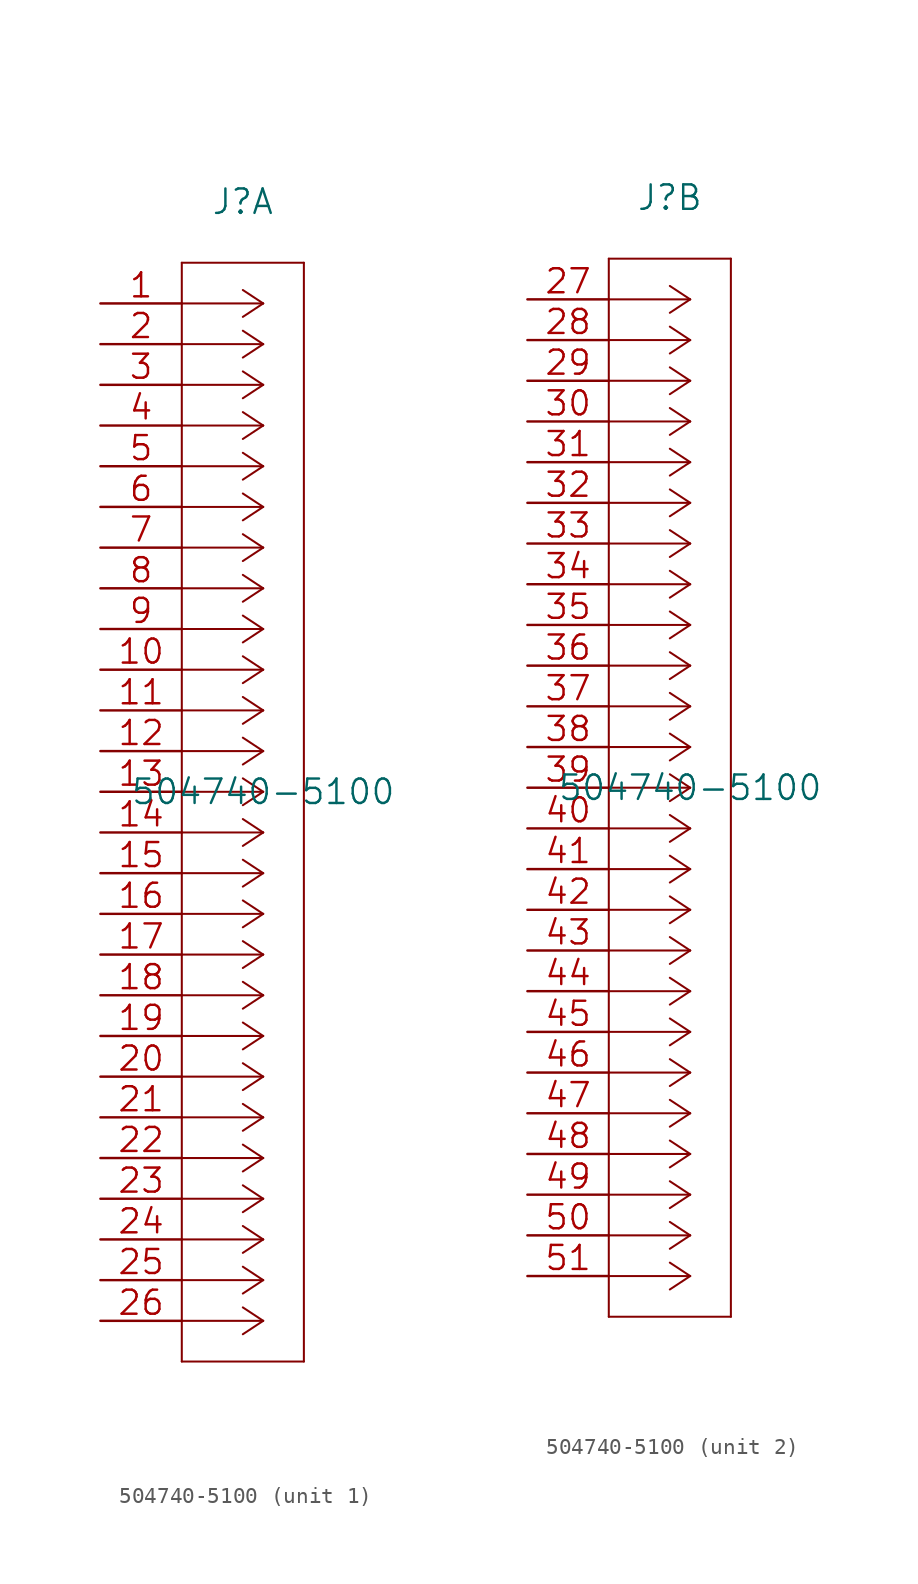
<source format=kicad_sym>
(kicad_symbol_lib
  (version 20201005)
  (generator kicad_symbol_editor)
  (symbol "504740-5100"
    (pin_names
      (offset 0.254) hide)
    (property "Reference" "J"
      (at -1.27 36.83 0)
      (effects (font (size 1.524 1.524))))
    (property "Value" "504740-5100"
      (at 0 0 0)
      (effects (font (size 1.524 1.524))))
    (property "Datasheet" ""
      (at 0 0 0)
      (effects (font (size 1.524 1.524))))
    (property "ki_locked" ""
      (at 0 0 0)
      (effects (font (size 1.27 1.27))))
    (symbol "504740-5100_1_1"
      (polyline (pts (xy -5.08 -35.56) (xy 2.54 -35.56)) (stroke (width 0.127)) (fill (type none)))
      (polyline (pts (xy -5.08 33.02) (xy -5.08 -35.56)) (stroke (width 0.127)) (fill (type none)))
      (polyline (pts (xy 0 -33.02) (xy -5.08 -33.02)) (stroke (width 0.127)) (fill (type none)))
      (polyline (pts (xy 0 -33.02) (xy -1.27 -33.858)) (stroke (width 0.127)) (fill (type none)))
      (polyline (pts (xy 0 -33.02) (xy -1.27 -32.182)) (stroke (width 0.127)) (fill (type none)))
      (polyline (pts (xy 0 -30.48) (xy -5.08 -30.48)) (stroke (width 0.127)) (fill (type none)))
      (polyline (pts (xy 0 -30.48) (xy -1.27 -31.318)) (stroke (width 0.127)) (fill (type none)))
      (polyline (pts (xy 0 -30.48) (xy -1.27 -29.642)) (stroke (width 0.127)) (fill (type none)))
      (polyline (pts (xy 0 -27.94) (xy -5.08 -27.94)) (stroke (width 0.127)) (fill (type none)))
      (polyline (pts (xy 0 -27.94) (xy -1.27 -28.778)) (stroke (width 0.127)) (fill (type none)))
      (polyline (pts (xy 0 -27.94) (xy -1.27 -27.102)) (stroke (width 0.127)) (fill (type none)))
      (polyline (pts (xy 0 -25.4) (xy -5.08 -25.4)) (stroke (width 0.127)) (fill (type none)))
      (polyline (pts (xy 0 -25.4) (xy -1.27 -26.238)) (stroke (width 0.127)) (fill (type none)))
      (polyline (pts (xy 0 -25.4) (xy -1.27 -24.562)) (stroke (width 0.127)) (fill (type none)))
      (polyline (pts (xy 0 -22.86) (xy -5.08 -22.86)) (stroke (width 0.127)) (fill (type none)))
      (polyline (pts (xy 0 -22.86) (xy -1.27 -23.698)) (stroke (width 0.127)) (fill (type none)))
      (polyline (pts (xy 0 -22.86) (xy -1.27 -22.022)) (stroke (width 0.127)) (fill (type none)))
      (polyline (pts (xy 0 -20.32) (xy -5.08 -20.32)) (stroke (width 0.127)) (fill (type none)))
      (polyline (pts (xy 0 -20.32) (xy -1.27 -21.158)) (stroke (width 0.127)) (fill (type none)))
      (polyline (pts (xy 0 -20.32) (xy -1.27 -19.482)) (stroke (width 0.127)) (fill (type none)))
      (polyline (pts (xy 0 -17.78) (xy -5.08 -17.78)) (stroke (width 0.127)) (fill (type none)))
      (polyline (pts (xy 0 -17.78) (xy -1.27 -18.618)) (stroke (width 0.127)) (fill (type none)))
      (polyline (pts (xy 0 -17.78) (xy -1.27 -16.942)) (stroke (width 0.127)) (fill (type none)))
      (polyline (pts (xy 0 -15.24) (xy -5.08 -15.24)) (stroke (width 0.127)) (fill (type none)))
      (polyline (pts (xy 0 -15.24) (xy -1.27 -16.078)) (stroke (width 0.127)) (fill (type none)))
      (polyline (pts (xy 0 -15.24) (xy -1.27 -14.402)) (stroke (width 0.127)) (fill (type none)))
      (polyline (pts (xy 0 -12.7) (xy -5.08 -12.7)) (stroke (width 0.127)) (fill (type none)))
      (polyline (pts (xy 0 -12.7) (xy -1.27 -13.538)) (stroke (width 0.127)) (fill (type none)))
      (polyline (pts (xy 0 -12.7) (xy -1.27 -11.862)) (stroke (width 0.127)) (fill (type none)))
      (polyline (pts (xy 0 -10.16) (xy -5.08 -10.16)) (stroke (width 0.127)) (fill (type none)))
      (polyline (pts (xy 0 -10.16) (xy -1.27 -10.998)) (stroke (width 0.127)) (fill (type none)))
      (polyline (pts (xy 0 -10.16) (xy -1.27 -9.322)) (stroke (width 0.127)) (fill (type none)))
      (polyline (pts (xy 0 -7.62) (xy -5.08 -7.62)) (stroke (width 0.127)) (fill (type none)))
      (polyline (pts (xy 0 -7.62) (xy -1.27 -8.458)) (stroke (width 0.127)) (fill (type none)))
      (polyline (pts (xy 0 -7.62) (xy -1.27 -6.782)) (stroke (width 0.127)) (fill (type none)))
      (polyline (pts (xy 0 -5.08) (xy -5.08 -5.08)) (stroke (width 0.127)) (fill (type none)))
      (polyline (pts (xy 0 -5.08) (xy -1.27 -5.918)) (stroke (width 0.127)) (fill (type none)))
      (polyline (pts (xy 0 -5.08) (xy -1.27 -4.242)) (stroke (width 0.127)) (fill (type none)))
      (polyline (pts (xy 0 -2.54) (xy -5.08 -2.54)) (stroke (width 0.127)) (fill (type none)))
      (polyline (pts (xy 0 -2.54) (xy -1.27 -3.378)) (stroke (width 0.127)) (fill (type none)))
      (polyline (pts (xy 0 -2.54) (xy -1.27 -1.702)) (stroke (width 0.127)) (fill (type none)))
      (polyline (pts (xy 0 0) (xy -5.08 0)) (stroke (width 0.127)) (fill (type none)))
      (polyline (pts (xy 0 0) (xy -1.27 -0.838)) (stroke (width 0.127)) (fill (type none)))
      (polyline (pts (xy 0 0) (xy -1.27 0.838)) (stroke (width 0.127)) (fill (type none)))
      (polyline (pts (xy 0 2.54) (xy -5.08 2.54)) (stroke (width 0.127)) (fill (type none)))
      (polyline (pts (xy 0 2.54) (xy -1.27 1.702)) (stroke (width 0.127)) (fill (type none)))
      (polyline (pts (xy 0 2.54) (xy -1.27 3.378)) (stroke (width 0.127)) (fill (type none)))
      (polyline (pts (xy 0 5.08) (xy -5.08 5.08)) (stroke (width 0.127)) (fill (type none)))
      (polyline (pts (xy 0 5.08) (xy -1.27 4.242)) (stroke (width 0.127)) (fill (type none)))
      (polyline (pts (xy 0 5.08) (xy -1.27 5.918)) (stroke (width 0.127)) (fill (type none)))
      (polyline (pts (xy 0 7.62) (xy -5.08 7.62)) (stroke (width 0.127)) (fill (type none)))
      (polyline (pts (xy 0 7.62) (xy -1.27 6.782)) (stroke (width 0.127)) (fill (type none)))
      (polyline (pts (xy 0 7.62) (xy -1.27 8.458)) (stroke (width 0.127)) (fill (type none)))
      (polyline (pts (xy 0 10.16) (xy -5.08 10.16)) (stroke (width 0.127)) (fill (type none)))
      (polyline (pts (xy 0 10.16) (xy -1.27 9.322)) (stroke (width 0.127)) (fill (type none)))
      (polyline (pts (xy 0 10.16) (xy -1.27 10.998)) (stroke (width 0.127)) (fill (type none)))
      (polyline (pts (xy 0 12.7) (xy -5.08 12.7)) (stroke (width 0.127)) (fill (type none)))
      (polyline (pts (xy 0 12.7) (xy -1.27 11.862)) (stroke (width 0.127)) (fill (type none)))
      (polyline (pts (xy 0 12.7) (xy -1.27 13.538)) (stroke (width 0.127)) (fill (type none)))
      (polyline (pts (xy 0 15.24) (xy -5.08 15.24)) (stroke (width 0.127)) (fill (type none)))
      (polyline (pts (xy 0 15.24) (xy -1.27 14.402)) (stroke (width 0.127)) (fill (type none)))
      (polyline (pts (xy 0 15.24) (xy -1.27 16.078)) (stroke (width 0.127)) (fill (type none)))
      (polyline (pts (xy 0 17.78) (xy -5.08 17.78)) (stroke (width 0.127)) (fill (type none)))
      (polyline (pts (xy 0 17.78) (xy -1.27 16.942)) (stroke (width 0.127)) (fill (type none)))
      (polyline (pts (xy 0 17.78) (xy -1.27 18.618)) (stroke (width 0.127)) (fill (type none)))
      (polyline (pts (xy 0 20.32) (xy -5.08 20.32)) (stroke (width 0.127)) (fill (type none)))
      (polyline (pts (xy 0 20.32) (xy -1.27 19.482)) (stroke (width 0.127)) (fill (type none)))
      (polyline (pts (xy 0 20.32) (xy -1.27 21.158)) (stroke (width 0.127)) (fill (type none)))
      (polyline (pts (xy 0 22.86) (xy -5.08 22.86)) (stroke (width 0.127)) (fill (type none)))
      (polyline (pts (xy 0 22.86) (xy -1.27 22.022)) (stroke (width 0.127)) (fill (type none)))
      (polyline (pts (xy 0 22.86) (xy -1.27 23.698)) (stroke (width 0.127)) (fill (type none)))
      (polyline (pts (xy 0 25.4) (xy -5.08 25.4)) (stroke (width 0.127)) (fill (type none)))
      (polyline (pts (xy 0 25.4) (xy -1.27 24.562)) (stroke (width 0.127)) (fill (type none)))
      (polyline (pts (xy 0 25.4) (xy -1.27 26.238)) (stroke (width 0.127)) (fill (type none)))
      (polyline (pts (xy 0 27.94) (xy -5.08 27.94)) (stroke (width 0.127)) (fill (type none)))
      (polyline (pts (xy 0 27.94) (xy -1.27 27.102)) (stroke (width 0.127)) (fill (type none)))
      (polyline (pts (xy 0 27.94) (xy -1.27 28.778)) (stroke (width 0.127)) (fill (type none)))
      (polyline (pts (xy 0 30.48) (xy -5.08 30.48)) (stroke (width 0.127)) (fill (type none)))
      (polyline (pts (xy 0 30.48) (xy -1.27 29.642)) (stroke (width 0.127)) (fill (type none)))
      (polyline (pts (xy 0 30.48) (xy -1.27 31.318)) (stroke (width 0.127)) (fill (type none)))
      (polyline (pts (xy 2.54 -35.56) (xy 2.54 33.02)) (stroke (width 0.127)) (fill (type none)))
      (polyline (pts (xy 2.54 33.02) (xy -5.08 33.02)) (stroke (width 0.127)) (fill (type none)))
      (pin passive line (at -10.16 30.48 0) (length 5.08) (name "1" (effects (font (size 1.499 1.499)))) (number "1" (effects (font (size 1.499 1.499)))))
      (pin passive line (at -10.16 7.62 0) (length 5.08) (name "10" (effects (font (size 1.499 1.499)))) (number "10" (effects (font (size 1.499 1.499)))))
      (pin passive line (at -10.16 5.08 0) (length 5.08) (name "11" (effects (font (size 1.499 1.499)))) (number "11" (effects (font (size 1.499 1.499)))))
      (pin passive line (at -10.16 2.54 0) (length 5.08) (name "12" (effects (font (size 1.499 1.499)))) (number "12" (effects (font (size 1.499 1.499)))))
      (pin passive line (at -10.16 0 0) (length 5.08) (name "13" (effects (font (size 1.499 1.499)))) (number "13" (effects (font (size 1.499 1.499)))))
      (pin passive line (at -10.16 -2.54 0) (length 5.08) (name "14" (effects (font (size 1.499 1.499)))) (number "14" (effects (font (size 1.499 1.499)))))
      (pin passive line (at -10.16 -5.08 0) (length 5.08) (name "15" (effects (font (size 1.499 1.499)))) (number "15" (effects (font (size 1.499 1.499)))))
      (pin passive line (at -10.16 -7.62 0) (length 5.08) (name "16" (effects (font (size 1.499 1.499)))) (number "16" (effects (font (size 1.499 1.499)))))
      (pin passive line (at -10.16 -10.16 0) (length 5.08) (name "17" (effects (font (size 1.499 1.499)))) (number "17" (effects (font (size 1.499 1.499)))))
      (pin passive line (at -10.16 -12.7 0) (length 5.08) (name "18" (effects (font (size 1.499 1.499)))) (number "18" (effects (font (size 1.499 1.499)))))
      (pin passive line (at -10.16 -15.24 0) (length 5.08) (name "19" (effects (font (size 1.499 1.499)))) (number "19" (effects (font (size 1.499 1.499)))))
      (pin passive line (at -10.16 27.94 0) (length 5.08) (name "2" (effects (font (size 1.499 1.499)))) (number "2" (effects (font (size 1.499 1.499)))))
      (pin passive line (at -10.16 -17.78 0) (length 5.08) (name "20" (effects (font (size 1.499 1.499)))) (number "20" (effects (font (size 1.499 1.499)))))
      (pin passive line (at -10.16 -20.32 0) (length 5.08) (name "21" (effects (font (size 1.499 1.499)))) (number "21" (effects (font (size 1.499 1.499)))))
      (pin passive line (at -10.16 -22.86 0) (length 5.08) (name "22" (effects (font (size 1.499 1.499)))) (number "22" (effects (font (size 1.499 1.499)))))
      (pin passive line (at -10.16 -25.4 0) (length 5.08) (name "23" (effects (font (size 1.499 1.499)))) (number "23" (effects (font (size 1.499 1.499)))))
      (pin passive line (at -10.16 -27.94 0) (length 5.08) (name "24" (effects (font (size 1.499 1.499)))) (number "24" (effects (font (size 1.499 1.499)))))
      (pin passive line (at -10.16 -30.48 0) (length 5.08) (name "25" (effects (font (size 1.499 1.499)))) (number "25" (effects (font (size 1.499 1.499)))))
      (pin passive line (at -10.16 -33.02 0) (length 5.08) (name "26" (effects (font (size 1.499 1.499)))) (number "26" (effects (font (size 1.499 1.499)))))
      (pin passive line (at -10.16 25.4 0) (length 5.08) (name "3" (effects (font (size 1.499 1.499)))) (number "3" (effects (font (size 1.499 1.499)))))
      (pin passive line (at -10.16 22.86 0) (length 5.08) (name "4" (effects (font (size 1.499 1.499)))) (number "4" (effects (font (size 1.499 1.499)))))
      (pin passive line (at -10.16 20.32 0) (length 5.08) (name "5" (effects (font (size 1.499 1.499)))) (number "5" (effects (font (size 1.499 1.499)))))
      (pin passive line (at -10.16 17.78 0) (length 5.08) (name "6" (effects (font (size 1.499 1.499)))) (number "6" (effects (font (size 1.499 1.499)))))
      (pin passive line (at -10.16 15.24 0) (length 5.08) (name "7" (effects (font (size 1.499 1.499)))) (number "7" (effects (font (size 1.499 1.499)))))
      (pin passive line (at -10.16 12.7 0) (length 5.08) (name "8" (effects (font (size 1.499 1.499)))) (number "8" (effects (font (size 1.499 1.499)))))
      (pin passive line (at -10.16 10.16 0) (length 5.08) (name "9" (effects (font (size 1.499 1.499)))) (number "9" (effects (font (size 1.499 1.499))))))
    (symbol "504740-5100_2_1"
      (polyline (pts (xy -5.08 -33.02) (xy 2.54 -33.02)) (stroke (width 0.127)) (fill (type none)))
      (polyline (pts (xy -5.08 33.02) (xy -5.08 -33.02)) (stroke (width 0.127)) (fill (type none)))
      (polyline (pts (xy 0 -30.48) (xy -5.08 -30.48)) (stroke (width 0.127)) (fill (type none)))
      (polyline (pts (xy 0 -30.48) (xy -1.27 -31.318)) (stroke (width 0.127)) (fill (type none)))
      (polyline (pts (xy 0 -30.48) (xy -1.27 -29.642)) (stroke (width 0.127)) (fill (type none)))
      (polyline (pts (xy 0 -27.94) (xy -5.08 -27.94)) (stroke (width 0.127)) (fill (type none)))
      (polyline (pts (xy 0 -27.94) (xy -1.27 -28.778)) (stroke (width 0.127)) (fill (type none)))
      (polyline (pts (xy 0 -27.94) (xy -1.27 -27.102)) (stroke (width 0.127)) (fill (type none)))
      (polyline (pts (xy 0 -25.4) (xy -5.08 -25.4)) (stroke (width 0.127)) (fill (type none)))
      (polyline (pts (xy 0 -25.4) (xy -1.27 -26.238)) (stroke (width 0.127)) (fill (type none)))
      (polyline (pts (xy 0 -25.4) (xy -1.27 -24.562)) (stroke (width 0.127)) (fill (type none)))
      (polyline (pts (xy 0 -22.86) (xy -5.08 -22.86)) (stroke (width 0.127)) (fill (type none)))
      (polyline (pts (xy 0 -22.86) (xy -1.27 -23.698)) (stroke (width 0.127)) (fill (type none)))
      (polyline (pts (xy 0 -22.86) (xy -1.27 -22.022)) (stroke (width 0.127)) (fill (type none)))
      (polyline (pts (xy 0 -20.32) (xy -5.08 -20.32)) (stroke (width 0.127)) (fill (type none)))
      (polyline (pts (xy 0 -20.32) (xy -1.27 -21.158)) (stroke (width 0.127)) (fill (type none)))
      (polyline (pts (xy 0 -20.32) (xy -1.27 -19.482)) (stroke (width 0.127)) (fill (type none)))
      (polyline (pts (xy 0 -17.78) (xy -5.08 -17.78)) (stroke (width 0.127)) (fill (type none)))
      (polyline (pts (xy 0 -17.78) (xy -1.27 -18.618)) (stroke (width 0.127)) (fill (type none)))
      (polyline (pts (xy 0 -17.78) (xy -1.27 -16.942)) (stroke (width 0.127)) (fill (type none)))
      (polyline (pts (xy 0 -15.24) (xy -5.08 -15.24)) (stroke (width 0.127)) (fill (type none)))
      (polyline (pts (xy 0 -15.24) (xy -1.27 -16.078)) (stroke (width 0.127)) (fill (type none)))
      (polyline (pts (xy 0 -15.24) (xy -1.27 -14.402)) (stroke (width 0.127)) (fill (type none)))
      (polyline (pts (xy 0 -12.7) (xy -5.08 -12.7)) (stroke (width 0.127)) (fill (type none)))
      (polyline (pts (xy 0 -12.7) (xy -1.27 -13.538)) (stroke (width 0.127)) (fill (type none)))
      (polyline (pts (xy 0 -12.7) (xy -1.27 -11.862)) (stroke (width 0.127)) (fill (type none)))
      (polyline (pts (xy 0 -10.16) (xy -5.08 -10.16)) (stroke (width 0.127)) (fill (type none)))
      (polyline (pts (xy 0 -10.16) (xy -1.27 -10.998)) (stroke (width 0.127)) (fill (type none)))
      (polyline (pts (xy 0 -10.16) (xy -1.27 -9.322)) (stroke (width 0.127)) (fill (type none)))
      (polyline (pts (xy 0 -7.62) (xy -5.08 -7.62)) (stroke (width 0.127)) (fill (type none)))
      (polyline (pts (xy 0 -7.62) (xy -1.27 -8.458)) (stroke (width 0.127)) (fill (type none)))
      (polyline (pts (xy 0 -7.62) (xy -1.27 -6.782)) (stroke (width 0.127)) (fill (type none)))
      (polyline (pts (xy 0 -5.08) (xy -5.08 -5.08)) (stroke (width 0.127)) (fill (type none)))
      (polyline (pts (xy 0 -5.08) (xy -1.27 -5.918)) (stroke (width 0.127)) (fill (type none)))
      (polyline (pts (xy 0 -5.08) (xy -1.27 -4.242)) (stroke (width 0.127)) (fill (type none)))
      (polyline (pts (xy 0 -2.54) (xy -5.08 -2.54)) (stroke (width 0.127)) (fill (type none)))
      (polyline (pts (xy 0 -2.54) (xy -1.27 -3.378)) (stroke (width 0.127)) (fill (type none)))
      (polyline (pts (xy 0 -2.54) (xy -1.27 -1.702)) (stroke (width 0.127)) (fill (type none)))
      (polyline (pts (xy 0 0) (xy -5.08 0)) (stroke (width 0.127)) (fill (type none)))
      (polyline (pts (xy 0 0) (xy -1.27 -0.838)) (stroke (width 0.127)) (fill (type none)))
      (polyline (pts (xy 0 0) (xy -1.27 0.838)) (stroke (width 0.127)) (fill (type none)))
      (polyline (pts (xy 0 2.54) (xy -5.08 2.54)) (stroke (width 0.127)) (fill (type none)))
      (polyline (pts (xy 0 2.54) (xy -1.27 1.702)) (stroke (width 0.127)) (fill (type none)))
      (polyline (pts (xy 0 2.54) (xy -1.27 3.378)) (stroke (width 0.127)) (fill (type none)))
      (polyline (pts (xy 0 5.08) (xy -5.08 5.08)) (stroke (width 0.127)) (fill (type none)))
      (polyline (pts (xy 0 5.08) (xy -1.27 4.242)) (stroke (width 0.127)) (fill (type none)))
      (polyline (pts (xy 0 5.08) (xy -1.27 5.918)) (stroke (width 0.127)) (fill (type none)))
      (polyline (pts (xy 0 7.62) (xy -5.08 7.62)) (stroke (width 0.127)) (fill (type none)))
      (polyline (pts (xy 0 7.62) (xy -1.27 6.782)) (stroke (width 0.127)) (fill (type none)))
      (polyline (pts (xy 0 7.62) (xy -1.27 8.458)) (stroke (width 0.127)) (fill (type none)))
      (polyline (pts (xy 0 10.16) (xy -5.08 10.16)) (stroke (width 0.127)) (fill (type none)))
      (polyline (pts (xy 0 10.16) (xy -1.27 9.322)) (stroke (width 0.127)) (fill (type none)))
      (polyline (pts (xy 0 10.16) (xy -1.27 10.998)) (stroke (width 0.127)) (fill (type none)))
      (polyline (pts (xy 0 12.7) (xy -5.08 12.7)) (stroke (width 0.127)) (fill (type none)))
      (polyline (pts (xy 0 12.7) (xy -1.27 11.862)) (stroke (width 0.127)) (fill (type none)))
      (polyline (pts (xy 0 12.7) (xy -1.27 13.538)) (stroke (width 0.127)) (fill (type none)))
      (polyline (pts (xy 0 15.24) (xy -5.08 15.24)) (stroke (width 0.127)) (fill (type none)))
      (polyline (pts (xy 0 15.24) (xy -1.27 14.402)) (stroke (width 0.127)) (fill (type none)))
      (polyline (pts (xy 0 15.24) (xy -1.27 16.078)) (stroke (width 0.127)) (fill (type none)))
      (polyline (pts (xy 0 17.78) (xy -5.08 17.78)) (stroke (width 0.127)) (fill (type none)))
      (polyline (pts (xy 0 17.78) (xy -1.27 16.942)) (stroke (width 0.127)) (fill (type none)))
      (polyline (pts (xy 0 17.78) (xy -1.27 18.618)) (stroke (width 0.127)) (fill (type none)))
      (polyline (pts (xy 0 20.32) (xy -5.08 20.32)) (stroke (width 0.127)) (fill (type none)))
      (polyline (pts (xy 0 20.32) (xy -1.27 19.482)) (stroke (width 0.127)) (fill (type none)))
      (polyline (pts (xy 0 20.32) (xy -1.27 21.158)) (stroke (width 0.127)) (fill (type none)))
      (polyline (pts (xy 0 22.86) (xy -5.08 22.86)) (stroke (width 0.127)) (fill (type none)))
      (polyline (pts (xy 0 22.86) (xy -1.27 22.022)) (stroke (width 0.127)) (fill (type none)))
      (polyline (pts (xy 0 22.86) (xy -1.27 23.698)) (stroke (width 0.127)) (fill (type none)))
      (polyline (pts (xy 0 25.4) (xy -5.08 25.4)) (stroke (width 0.127)) (fill (type none)))
      (polyline (pts (xy 0 25.4) (xy -1.27 24.562)) (stroke (width 0.127)) (fill (type none)))
      (polyline (pts (xy 0 25.4) (xy -1.27 26.238)) (stroke (width 0.127)) (fill (type none)))
      (polyline (pts (xy 0 27.94) (xy -5.08 27.94)) (stroke (width 0.127)) (fill (type none)))
      (polyline (pts (xy 0 27.94) (xy -1.27 27.102)) (stroke (width 0.127)) (fill (type none)))
      (polyline (pts (xy 0 27.94) (xy -1.27 28.778)) (stroke (width 0.127)) (fill (type none)))
      (polyline (pts (xy 0 30.48) (xy -5.08 30.48)) (stroke (width 0.127)) (fill (type none)))
      (polyline (pts (xy 0 30.48) (xy -1.27 29.642)) (stroke (width 0.127)) (fill (type none)))
      (polyline (pts (xy 0 30.48) (xy -1.27 31.318)) (stroke (width 0.127)) (fill (type none)))
      (polyline (pts (xy 2.54 -33.02) (xy 2.54 33.02)) (stroke (width 0.127)) (fill (type none)))
      (polyline (pts (xy 2.54 33.02) (xy -5.08 33.02)) (stroke (width 0.127)) (fill (type none)))
      (pin passive line (at -10.16 30.48 0) (length 5.08) (name "27" (effects (font (size 1.499 1.499)))) (number "27" (effects (font (size 1.499 1.499)))))
      (pin passive line (at -10.16 27.94 0) (length 5.08) (name "28" (effects (font (size 1.499 1.499)))) (number "28" (effects (font (size 1.499 1.499)))))
      (pin passive line (at -10.16 25.4 0) (length 5.08) (name "29" (effects (font (size 1.499 1.499)))) (number "29" (effects (font (size 1.499 1.499)))))
      (pin passive line (at -10.16 22.86 0) (length 5.08) (name "30" (effects (font (size 1.499 1.499)))) (number "30" (effects (font (size 1.499 1.499)))))
      (pin passive line (at -10.16 20.32 0) (length 5.08) (name "31" (effects (font (size 1.499 1.499)))) (number "31" (effects (font (size 1.499 1.499)))))
      (pin passive line (at -10.16 17.78 0) (length 5.08) (name "32" (effects (font (size 1.499 1.499)))) (number "32" (effects (font (size 1.499 1.499)))))
      (pin passive line (at -10.16 15.24 0) (length 5.08) (name "33" (effects (font (size 1.499 1.499)))) (number "33" (effects (font (size 1.499 1.499)))))
      (pin passive line (at -10.16 12.7 0) (length 5.08) (name "34" (effects (font (size 1.499 1.499)))) (number "34" (effects (font (size 1.499 1.499)))))
      (pin passive line (at -10.16 10.16 0) (length 5.08) (name "35" (effects (font (size 1.499 1.499)))) (number "35" (effects (font (size 1.499 1.499)))))
      (pin passive line (at -10.16 7.62 0) (length 5.08) (name "36" (effects (font (size 1.499 1.499)))) (number "36" (effects (font (size 1.499 1.499)))))
      (pin passive line (at -10.16 5.08 0) (length 5.08) (name "37" (effects (font (size 1.499 1.499)))) (number "37" (effects (font (size 1.499 1.499)))))
      (pin passive line (at -10.16 2.54 0) (length 5.08) (name "38" (effects (font (size 1.499 1.499)))) (number "38" (effects (font (size 1.499 1.499)))))
      (pin passive line (at -10.16 0 0) (length 5.08) (name "39" (effects (font (size 1.499 1.499)))) (number "39" (effects (font (size 1.499 1.499)))))
      (pin passive line (at -10.16 -2.54 0) (length 5.08) (name "40" (effects (font (size 1.499 1.499)))) (number "40" (effects (font (size 1.499 1.499)))))
      (pin passive line (at -10.16 -5.08 0) (length 5.08) (name "41" (effects (font (size 1.499 1.499)))) (number "41" (effects (font (size 1.499 1.499)))))
      (pin passive line (at -10.16 -7.62 0) (length 5.08) (name "42" (effects (font (size 1.499 1.499)))) (number "42" (effects (font (size 1.499 1.499)))))
      (pin passive line (at -10.16 -10.16 0) (length 5.08) (name "43" (effects (font (size 1.499 1.499)))) (number "43" (effects (font (size 1.499 1.499)))))
      (pin passive line (at -10.16 -12.7 0) (length 5.08) (name "44" (effects (font (size 1.499 1.499)))) (number "44" (effects (font (size 1.499 1.499)))))
      (pin passive line (at -10.16 -15.24 0) (length 5.08) (name "45" (effects (font (size 1.499 1.499)))) (number "45" (effects (font (size 1.499 1.499)))))
      (pin passive line (at -10.16 -17.78 0) (length 5.08) (name "46" (effects (font (size 1.499 1.499)))) (number "46" (effects (font (size 1.499 1.499)))))
      (pin passive line (at -10.16 -20.32 0) (length 5.08) (name "47" (effects (font (size 1.499 1.499)))) (number "47" (effects (font (size 1.499 1.499)))))
      (pin passive line (at -10.16 -22.86 0) (length 5.08) (name "48" (effects (font (size 1.499 1.499)))) (number "48" (effects (font (size 1.499 1.499)))))
      (pin passive line (at -10.16 -25.4 0) (length 5.08) (name "49" (effects (font (size 1.499 1.499)))) (number "49" (effects (font (size 1.499 1.499)))))
      (pin passive line (at -10.16 -27.94 0) (length 5.08) (name "50" (effects (font (size 1.499 1.499)))) (number "50" (effects (font (size 1.499 1.499)))))
      (pin passive line (at -10.16 -30.48 0) (length 5.08) (name "51" (effects (font (size 1.499 1.499)))) (number "51" (effects (font (size 1.499 1.499))))))))
</source>
